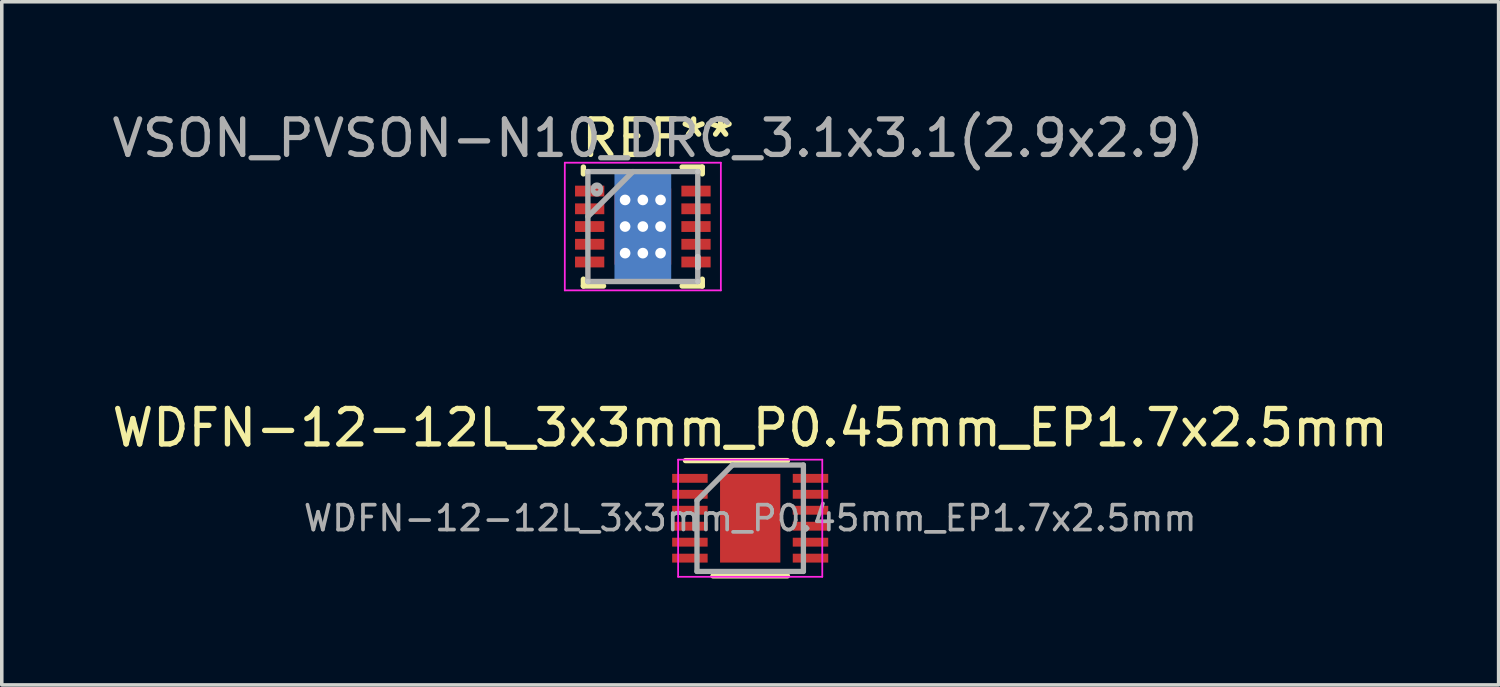
<source format=kicad_pcb>
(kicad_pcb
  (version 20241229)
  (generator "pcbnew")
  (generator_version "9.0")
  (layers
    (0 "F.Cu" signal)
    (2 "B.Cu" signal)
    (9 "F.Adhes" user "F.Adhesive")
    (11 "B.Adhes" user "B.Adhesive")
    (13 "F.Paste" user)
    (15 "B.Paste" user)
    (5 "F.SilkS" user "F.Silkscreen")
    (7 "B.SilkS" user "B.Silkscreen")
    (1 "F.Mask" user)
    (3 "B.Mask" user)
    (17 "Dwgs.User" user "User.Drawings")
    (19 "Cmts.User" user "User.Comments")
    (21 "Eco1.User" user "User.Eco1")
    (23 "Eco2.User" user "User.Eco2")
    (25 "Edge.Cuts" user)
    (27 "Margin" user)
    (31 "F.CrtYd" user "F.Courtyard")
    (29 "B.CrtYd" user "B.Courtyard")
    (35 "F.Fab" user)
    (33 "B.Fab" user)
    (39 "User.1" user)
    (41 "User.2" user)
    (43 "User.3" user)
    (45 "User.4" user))
  (footprint "WDFN-12-12L_3x3mm_P0.45mm_EP1.7x2.5mm"
    (layer "F.Cu")
    (at 18.101 11.561)
    (property "Reference" "WDFN-12-12L_3x3mm_P0.45mm_EP1.7x2.5mm" (at 0 -2.55 0) (layer "F.SilkS") (effects (font (size 1 1) (thickness 0.15))))
    (attr smd)
    (fp_line (start -1.825 -1.625) (end 1.05 -1.625) (stroke (width 0.15) (type solid)) (layer "F.SilkS"))
    (fp_line (start -1.05 1.625) (end 1.05 1.625) (stroke (width 0.15) (type solid)) (layer "F.SilkS"))
    (fp_line (start -2.032 -1.651) (end -2.032 1.651) (stroke (width 0.05) (type solid)) (layer "F.CrtYd"))
    (fp_line (start -2.032 -1.651) (end 2.032 -1.651) (stroke (width 0.05) (type solid)) (layer "F.CrtYd"))
    (fp_line (start -2.032 1.651) (end 2.032 1.651) (stroke (width 0.05) (type solid)) (layer "F.CrtYd"))
    (fp_line (start 2.032 -1.651) (end 2.032 1.651) (stroke (width 0.05) (type solid)) (layer "F.CrtYd"))
    (fp_line (start -1.5 -0.5) (end -0.5 -1.5) (stroke (width 0.15) (type solid)) (layer "F.Fab"))
    (fp_line (start -1.5 1.5) (end -1.5 -0.5) (stroke (width 0.15) (type solid)) (layer "F.Fab"))
    (fp_line (start -0.5 -1.5) (end 1.5 -1.5) (stroke (width 0.15) (type solid)) (layer "F.Fab"))
    (fp_line (start 1.5 -1.5) (end 1.5 1.5) (stroke (width 0.15) (type solid)) (layer "F.Fab"))
    (fp_line (start 1.5 1.5) (end -1.5 1.5) (stroke (width 0.15) (type solid)) (layer "F.Fab"))
    (fp_text user "${REFERENCE}" (at 0 0 0) (layer "F.Fab") (effects (font (size 0.7 0.7) (thickness 0.105))))
    (pad "" smd rect (at -0.415 -0.595) (size 0.64 1) (layers "F.Paste"))
    (pad "" smd rect (at -0.415 0.595) (size 0.64 1) (layers "F.Paste"))
    (pad "" smd rect (at 0.415 -0.595) (size 0.64 1) (layers "F.Paste"))
    (pad "" smd rect (at 0.415 0.595) (size 0.64 1) (layers "F.Paste"))
    (pad "1" smd rect (at -1.7 -1.125) (size 1 0.25) (layers "F.Cu" "F.Mask" "F.Paste"))
    (pad "2" smd rect (at -1.7 -0.675) (size 1 0.25) (layers "F.Cu" "F.Mask" "F.Paste"))
    (pad "3" smd rect (at -1.7 -0.225) (size 1 0.25) (layers "F.Cu" "F.Mask" "F.Paste"))
    (pad "4" smd rect (at -1.7 0.225) (size 1 0.25) (layers "F.Cu" "F.Mask" "F.Paste"))
    (pad "5" smd rect (at -1.7 0.675) (size 1 0.25) (layers "F.Cu" "F.Mask" "F.Paste"))
    (pad "6" smd rect (at -1.7 1.125) (size 1 0.25) (layers "F.Cu" "F.Mask" "F.Paste"))
    (pad "7" smd rect (at 1.7 1.125) (size 1 0.25) (layers "F.Cu" "F.Mask" "F.Paste"))
    (pad "8" smd rect (at 1.7 0.675) (size 1 0.25) (layers "F.Cu" "F.Mask" "F.Paste"))
    (pad "9" smd rect (at 1.7 0.225) (size 1 0.25) (layers "F.Cu" "F.Mask" "F.Paste"))
    (pad "10" smd rect (at 1.7 -0.225) (size 1 0.25) (layers "F.Cu" "F.Mask" "F.Paste"))
    (pad "11" smd rect (at 1.7 -0.675) (size 1 0.25) (layers "F.Cu" "F.Mask" "F.Paste"))
    (pad "12" smd rect (at 1.7 -1.125) (size 1 0.25) (layers "F.Cu" "F.Mask" "F.Paste"))
    (pad "13" smd rect (at 0 0) (size 1.7 2.5) (layers "F.Cu" "F.Mask")))
  (footprint "VSON_PVSON-N10_DRC_3.1x3.1(2.9x2.9)"
    (layer "F.Cu")
    (at 15.074 3.337)
    (property "Reference" "VSON_PVSON-N10_DRC_3.1x3.1(2.9x2.9)" (at 0.432 -2.489 180) (layer "F.Fab") (effects (font (size 1 1) (thickness 0.15))))
    (attr through_hole)
    (fp_line (start -1.676 -1.676) (end -1.676 -1.485) (stroke (width 0.152) (type solid)) (layer "F.SilkS"))
    (fp_line (start -1.676 1.485) (end -1.676 1.676) (stroke (width 0.152) (type solid)) (layer "F.SilkS"))
    (fp_line (start -1.676 1.676) (end -1.108 1.676) (stroke (width 0.152) (type solid)) (layer "F.SilkS"))
    (fp_line (start 1.108 1.676) (end 1.676 1.676) (stroke (width 0.152) (type solid)) (layer "F.SilkS"))
    (fp_line (start 1.676 -1.676) (end 1.108 -1.676) (stroke (width 0.152) (type solid)) (layer "F.SilkS"))
    (fp_line (start 1.676 -1.485) (end 1.676 -1.676) (stroke (width 0.152) (type solid)) (layer "F.SilkS"))
    (fp_line (start 1.676 1.676) (end 1.676 1.485) (stroke (width 0.152) (type solid)) (layer "F.SilkS"))
    (fp_line (start -1.549 -1.549) (end -1.549 -1.549) (stroke (width 0.152) (type solid)) (layer "Dwgs.User"))
    (fp_line (start -1.549 1.549) (end -1.549 1.549) (stroke (width 0.152) (type solid)) (layer "Dwgs.User"))
    (fp_line (start 1.549 -1.549) (end 1.549 -1.549) (stroke (width 0.152) (type solid)) (layer "Dwgs.User"))
    (fp_line (start 1.549 0.848) (end 1.549 1.152) (stroke (width 0.152) (type solid)) (layer "Dwgs.User"))
    (fp_line (start 1.549 1.152) (end 1.549 0.848) (stroke (width 0.152) (type solid)) (layer "Dwgs.User"))
    (fp_line (start 1.549 1.152) (end 1.549 1.152) (stroke (width 0.152) (type solid)) (layer "Dwgs.User"))
    (fp_line (start 1.549 1.549) (end 1.549 1.549) (stroke (width 0.152) (type solid)) (layer "Dwgs.User"))
    (fp_line (start -2.2 -1.8) (end -2.2 1.8) (stroke (width 0.05) (type solid)) (layer "F.CrtYd"))
    (fp_line (start -2.2 1.8) (end 2.2 1.8) (stroke (width 0.05) (type solid)) (layer "F.CrtYd"))
    (fp_line (start 2.2 -1.8) (end -2.2 -1.8) (stroke (width 0.05) (type solid)) (layer "F.CrtYd"))
    (fp_line (start 2.2 1.8) (end 2.2 -1.8) (stroke (width 0.05) (type solid)) (layer "F.CrtYd"))
    (fp_line (start -1.549 -1.549) (end -1.549 1.549) (stroke (width 0.152) (type solid)) (layer "F.Fab"))
    (fp_line (start -1.549 -0.279) (end -0.279 -1.549) (stroke (width 0.152) (type solid)) (layer "F.Fab"))
    (fp_line (start -1.549 1.549) (end 1.549 1.549) (stroke (width 0.152) (type solid)) (layer "F.Fab"))
    (fp_line (start 1.549 -1.549) (end -1.549 -1.549) (stroke (width 0.152) (type solid)) (layer "F.Fab"))
    (fp_line (start 1.549 1.549) (end 1.549 -1.549) (stroke (width 0.152) (type solid)) (layer "F.Fab"))
    (fp_circle (center -1.295 -1.067) (end -1.27 -1.016) (stroke (width 0.12) (type solid)) (fill no) (layer "F.Fab"))
    (fp_circle (center -1.295 -1.016) (end -1.194 -0.965) (stroke (width 0.12) (type solid)) (fill no) (layer "F.Fab"))
    (fp_text user "REF**" (at 0.432 -2.489 180) (layer "F.SilkS") (effects (font (size 1 1) (thickness 0.15))))
    (pad "1" smd rect (at -1.499 -1 90) (size 0.305 0.825) (layers "F.Cu" "F.Mask" "F.Paste"))
    (pad "2" smd rect (at -1.499 -0.5 90) (size 0.305 0.825) (layers "F.Cu" "F.Mask" "F.Paste"))
    (pad "3" smd rect (at -1.499 0 90) (size 0.305 0.825) (layers "F.Cu" "F.Mask" "F.Paste"))
    (pad "4" smd rect (at -1.499 0.5 90) (size 0.305 0.825) (layers "F.Cu" "F.Mask" "F.Paste"))
    (pad "5" smd rect (at -1.499 1 90) (size 0.305 0.825) (layers "F.Cu" "F.Mask" "F.Paste"))
    (pad "6" smd rect (at 1.499 1 90) (size 0.305 0.825) (layers "F.Cu" "F.Mask" "F.Paste"))
    (pad "7" smd rect (at 1.499 0.5 90) (size 0.305 0.825) (layers "F.Cu" "F.Mask" "F.Paste"))
    (pad "8" smd rect (at 1.499 0 90) (size 0.305 0.825) (layers "F.Cu" "F.Mask" "F.Paste"))
    (pad "9" smd rect (at 1.499 -0.5 90) (size 0.305 0.825) (layers "F.Cu" "F.Mask" "F.Paste"))
    (pad "10" smd rect (at 1.499 -1 90) (size 0.305 0.825) (layers "F.Cu" "F.Mask" "F.Paste"))
    (pad "11" thru_hole circle (at -0.5 -0.75) (size 0.35 0.35) (drill 0.3) (layers "*.Cu"))
    (pad "11" thru_hole circle (at -0.5 0) (size 0.35 0.35) (drill 0.3) (layers "*.Cu"))
    (pad "11" thru_hole circle (at -0.5 0.75) (size 0.35 0.35) (drill 0.3) (layers "*.Cu"))
    (pad "11" smd rect (at -0.435 -0.56) (size 0.65 0.9) (layers "F.Cu" "F.Mask" "F.Paste"))
    (pad "11" smd rect (at -0.435 0.56) (size 0.65 0.9) (layers "F.Cu" "F.Mask" "F.Paste"))
    (pad "11" thru_hole circle (at 0 -0.75) (size 0.35 0.35) (drill 0.3) (layers "*.Cu"))
    (pad "11" thru_hole circle (at 0 0) (size 0.35 0.35) (drill 0.3) (layers "*.Cu"))
    (pad "11" smd rect (at 0 0) (size 1.51 2.15) (layers "F.Cu" "F.Mask"))
    (pad "11" smd rect (at 0 0) (size 1.6 2.15) (layers "F.Cu"))
    (pad "11" smd rect (at 0 0) (size 1.6 3.01) (layers "B.Cu"))
    (pad "11" thru_hole circle (at 0 0.75) (size 0.35 0.35) (drill 0.3) (layers "*.Cu"))
    (pad "11" smd rect (at 0.435 -0.56) (size 0.65 0.9) (layers "F.Cu" "F.Mask" "F.Paste"))
    (pad "11" smd rect (at 0.435 0.56) (size 0.65 0.9) (layers "F.Cu" "F.Mask" "F.Paste"))
    (pad "11" thru_hole circle (at 0.5 -0.75) (size 0.35 0.35) (drill 0.3) (layers "*.Cu"))
    (pad "11" thru_hole circle (at 0.5 0) (size 0.35 0.35) (drill 0.3) (layers "*.Cu"))
    (pad "11" thru_hole circle (at 0.5 0.75) (size 0.35 0.35) (drill 0.3) (layers "*.Cu")))
  (gr_rect
    (start -3 -3)
    (end 39.202 16.261)
    (stroke (width 0.1) (type default))
    (fill no)
    (layer "Edge.Cuts")))
</source>
